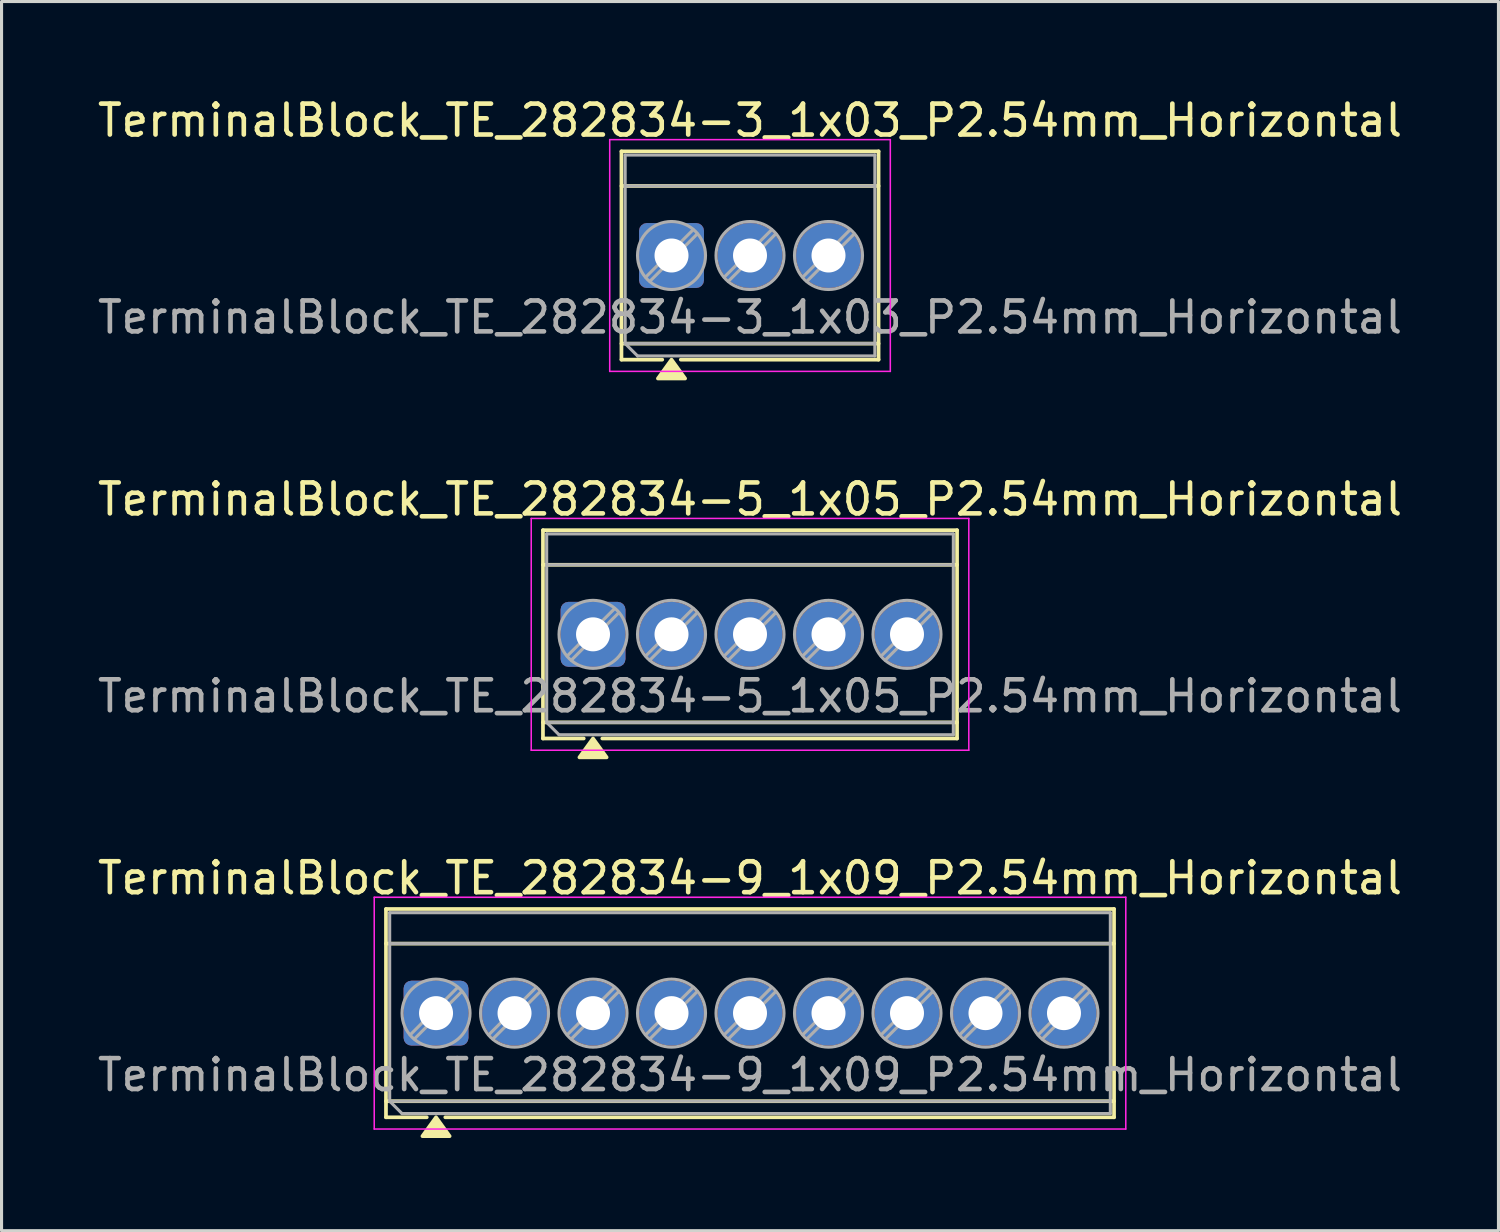
<source format=kicad_pcb>
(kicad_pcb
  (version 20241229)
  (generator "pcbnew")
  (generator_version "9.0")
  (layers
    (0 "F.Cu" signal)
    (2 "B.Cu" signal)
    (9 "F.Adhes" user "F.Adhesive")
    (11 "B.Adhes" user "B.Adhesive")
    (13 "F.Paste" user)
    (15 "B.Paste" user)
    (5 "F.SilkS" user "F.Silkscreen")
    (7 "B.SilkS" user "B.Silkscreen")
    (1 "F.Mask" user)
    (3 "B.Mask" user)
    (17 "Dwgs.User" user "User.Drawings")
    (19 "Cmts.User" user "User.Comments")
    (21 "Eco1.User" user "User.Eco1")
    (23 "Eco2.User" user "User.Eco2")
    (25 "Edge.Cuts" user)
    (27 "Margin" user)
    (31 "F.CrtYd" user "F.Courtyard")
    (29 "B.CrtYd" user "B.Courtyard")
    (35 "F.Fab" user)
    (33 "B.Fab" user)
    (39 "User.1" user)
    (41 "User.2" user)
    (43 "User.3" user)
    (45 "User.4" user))
  (footprint "TerminalBlock_TE_282834-9_1x09_P2.54mm_Horizontal"
    (layer "F.Cu")
    (at 11.06 29.735)
    (property "Reference" "TerminalBlock_TE_282834-9_1x09_P2.54mm_Horizontal" (at 10.16 -4.37 0) (layer "F.SilkS") (effects (font (size 1 1) (thickness 0.15))))
    (attr through_hole)
    (fp_line (start -1.62 -3.37) (end 21.94 -3.37) (stroke (width 0.12) (type solid)) (layer "F.SilkS"))
    (fp_line (start -1.62 -2.25) (end 21.94 -2.25) (stroke (width 0.12) (type solid)) (layer "F.SilkS"))
    (fp_line (start -1.62 2.85) (end 21.94 2.85) (stroke (width 0.12) (type solid)) (layer "F.SilkS"))
    (fp_line (start -1.62 3.37) (end -1.62 -3.37) (stroke (width 0.12) (type solid)) (layer "F.SilkS"))
    (fp_line (start -0.3 3.37) (end -1.62 3.37) (stroke (width 0.12) (type solid)) (layer "F.SilkS"))
    (fp_line (start 21.94 -3.37) (end 21.94 3.37) (stroke (width 0.12) (type solid)) (layer "F.SilkS"))
    (fp_line (start 21.94 3.37) (end 0.3 3.37) (stroke (width 0.12) (type solid)) (layer "F.SilkS"))
    (fp_poly (pts (xy 0 3.37) (xy 0.44 3.98) (xy -0.44 3.98)) (stroke (width 0.12) (type solid)) (fill yes) (layer "F.SilkS"))
    (fp_line (start -2 -3.75) (end -2 3.75) (stroke (width 0.05) (type solid)) (layer "F.CrtYd"))
    (fp_line (start -2 3.75) (end 22.32 3.75) (stroke (width 0.05) (type solid)) (layer "F.CrtYd"))
    (fp_line (start 22.32 -3.75) (end -2 -3.75) (stroke (width 0.05) (type solid)) (layer "F.CrtYd"))
    (fp_line (start 22.32 3.75) (end 22.32 -3.75) (stroke (width 0.05) (type solid)) (layer "F.CrtYd"))
    (fp_line (start -1.5 -3.25) (end 21.82 -3.25) (stroke (width 0.1) (type solid)) (layer "F.Fab"))
    (fp_line (start -1.5 -2.25) (end 21.82 -2.25) (stroke (width 0.1) (type solid)) (layer "F.Fab"))
    (fp_line (start -1.5 2.85) (end -1.5 -3.25) (stroke (width 0.1) (type solid)) (layer "F.Fab"))
    (fp_line (start -1.5 2.85) (end 21.82 2.85) (stroke (width 0.1) (type solid)) (layer "F.Fab"))
    (fp_line (start -1.1 3.25) (end -1.5 2.85) (stroke (width 0.1) (type solid)) (layer "F.Fab"))
    (fp_line (start 0.7 -0.834) (end -0.834 0.7) (stroke (width 0.1) (type solid)) (layer "F.Fab"))
    (fp_line (start 0.834 -0.7) (end -0.7 0.834) (stroke (width 0.1) (type solid)) (layer "F.Fab"))
    (fp_line (start 3.24 -0.834) (end 1.706 0.7) (stroke (width 0.1) (type solid)) (layer "F.Fab"))
    (fp_line (start 3.374 -0.7) (end 1.84 0.834) (stroke (width 0.1) (type solid)) (layer "F.Fab"))
    (fp_line (start 5.78 -0.834) (end 4.246 0.7) (stroke (width 0.1) (type solid)) (layer "F.Fab"))
    (fp_line (start 5.914 -0.7) (end 4.38 0.834) (stroke (width 0.1) (type solid)) (layer "F.Fab"))
    (fp_line (start 8.32 -0.834) (end 6.786 0.7) (stroke (width 0.1) (type solid)) (layer "F.Fab"))
    (fp_line (start 8.454 -0.7) (end 6.92 0.834) (stroke (width 0.1) (type solid)) (layer "F.Fab"))
    (fp_line (start 10.86 -0.834) (end 9.326 0.7) (stroke (width 0.1) (type solid)) (layer "F.Fab"))
    (fp_line (start 10.994 -0.7) (end 9.46 0.834) (stroke (width 0.1) (type solid)) (layer "F.Fab"))
    (fp_line (start 13.4 -0.834) (end 11.866 0.7) (stroke (width 0.1) (type solid)) (layer "F.Fab"))
    (fp_line (start 13.534 -0.7) (end 12 0.834) (stroke (width 0.1) (type solid)) (layer "F.Fab"))
    (fp_line (start 15.94 -0.834) (end 14.406 0.7) (stroke (width 0.1) (type solid)) (layer "F.Fab"))
    (fp_line (start 16.074 -0.7) (end 14.54 0.834) (stroke (width 0.1) (type solid)) (layer "F.Fab"))
    (fp_line (start 18.48 -0.834) (end 16.946 0.7) (stroke (width 0.1) (type solid)) (layer "F.Fab"))
    (fp_line (start 18.614 -0.7) (end 17.08 0.834) (stroke (width 0.1) (type solid)) (layer "F.Fab"))
    (fp_line (start 21.02 -0.834) (end 19.486 0.7) (stroke (width 0.1) (type solid)) (layer "F.Fab"))
    (fp_line (start 21.154 -0.7) (end 19.62 0.834) (stroke (width 0.1) (type solid)) (layer "F.Fab"))
    (fp_line (start 21.82 -3.25) (end 21.82 3.25) (stroke (width 0.1) (type solid)) (layer "F.Fab"))
    (fp_line (start 21.82 3.25) (end -1.1 3.25) (stroke (width 0.1) (type solid)) (layer "F.Fab"))
    (fp_circle (center 0 0) (end 1.1 0) (stroke (width 0.1) (type solid)) (fill no) (layer "F.Fab"))
    (fp_circle (center 2.54 0) (end 3.64 0) (stroke (width 0.1) (type solid)) (fill no) (layer "F.Fab"))
    (fp_circle (center 5.08 0) (end 6.18 0) (stroke (width 0.1) (type solid)) (fill no) (layer "F.Fab"))
    (fp_circle (center 7.62 0) (end 8.72 0) (stroke (width 0.1) (type solid)) (fill no) (layer "F.Fab"))
    (fp_circle (center 10.16 0) (end 11.26 0) (stroke (width 0.1) (type solid)) (fill no) (layer "F.Fab"))
    (fp_circle (center 12.7 0) (end 13.8 0) (stroke (width 0.1) (type solid)) (fill no) (layer "F.Fab"))
    (fp_circle (center 15.24 0) (end 16.34 0) (stroke (width 0.1) (type solid)) (fill no) (layer "F.Fab"))
    (fp_circle (center 17.78 0) (end 18.88 0) (stroke (width 0.1) (type solid)) (fill no) (layer "F.Fab"))
    (fp_circle (center 20.32 0) (end 21.42 0) (stroke (width 0.1) (type solid)) (fill no) (layer "F.Fab"))
    (fp_text user "${REFERENCE}" (at 10.16 2 0) (layer "F.Fab") (effects (font (size 1 1) (thickness 0.15))))
    (pad "1" thru_hole roundrect (at 0 0) (size 2.1 2.1) (drill 1.1) (layers "*.Cu" "*.Mask") (roundrect_rratio 0.119))
    (pad "2" thru_hole circle (at 2.54 0) (size 2.1 2.1) (drill 1.1) (layers "*.Cu" "*.Mask"))
    (pad "3" thru_hole circle (at 5.08 0) (size 2.1 2.1) (drill 1.1) (layers "*.Cu" "*.Mask"))
    (pad "4" thru_hole circle (at 7.62 0) (size 2.1 2.1) (drill 1.1) (layers "*.Cu" "*.Mask"))
    (pad "5" thru_hole circle (at 10.16 0) (size 2.1 2.1) (drill 1.1) (layers "*.Cu" "*.Mask"))
    (pad "6" thru_hole circle (at 12.7 0) (size 2.1 2.1) (drill 1.1) (layers "*.Cu" "*.Mask"))
    (pad "7" thru_hole circle (at 15.24 0) (size 2.1 2.1) (drill 1.1) (layers "*.Cu" "*.Mask"))
    (pad "8" thru_hole circle (at 17.78 0) (size 2.1 2.1) (drill 1.1) (layers "*.Cu" "*.Mask"))
    (pad "9" thru_hole circle (at 20.32 0) (size 2.1 2.1) (drill 1.1) (layers "*.Cu" "*.Mask")))
  (footprint "TerminalBlock_TE_282834-5_1x05_P2.54mm_Horizontal"
    (layer "F.Cu")
    (at 16.14 17.477)
    (property "Reference" "TerminalBlock_TE_282834-5_1x05_P2.54mm_Horizontal" (at 5.08 -4.37 0) (layer "F.SilkS") (effects (font (size 1 1) (thickness 0.15))))
    (attr through_hole)
    (fp_line (start -1.62 -3.37) (end 11.78 -3.37) (stroke (width 0.12) (type solid)) (layer "F.SilkS"))
    (fp_line (start -1.62 -2.25) (end 11.78 -2.25) (stroke (width 0.12) (type solid)) (layer "F.SilkS"))
    (fp_line (start -1.62 2.85) (end 11.78 2.85) (stroke (width 0.12) (type solid)) (layer "F.SilkS"))
    (fp_line (start -1.62 3.37) (end -1.62 -3.37) (stroke (width 0.12) (type solid)) (layer "F.SilkS"))
    (fp_line (start -0.3 3.37) (end -1.62 3.37) (stroke (width 0.12) (type solid)) (layer "F.SilkS"))
    (fp_line (start 11.78 -3.37) (end 11.78 3.37) (stroke (width 0.12) (type solid)) (layer "F.SilkS"))
    (fp_line (start 11.78 3.37) (end 0.3 3.37) (stroke (width 0.12) (type solid)) (layer "F.SilkS"))
    (fp_poly (pts (xy 0 3.37) (xy 0.44 3.98) (xy -0.44 3.98)) (stroke (width 0.12) (type solid)) (fill yes) (layer "F.SilkS"))
    (fp_line (start -2 -3.75) (end -2 3.75) (stroke (width 0.05) (type solid)) (layer "F.CrtYd"))
    (fp_line (start -2 3.75) (end 12.16 3.75) (stroke (width 0.05) (type solid)) (layer "F.CrtYd"))
    (fp_line (start 12.16 -3.75) (end -2 -3.75) (stroke (width 0.05) (type solid)) (layer "F.CrtYd"))
    (fp_line (start 12.16 3.75) (end 12.16 -3.75) (stroke (width 0.05) (type solid)) (layer "F.CrtYd"))
    (fp_line (start -1.5 -3.25) (end 11.66 -3.25) (stroke (width 0.1) (type solid)) (layer "F.Fab"))
    (fp_line (start -1.5 -2.25) (end 11.66 -2.25) (stroke (width 0.1) (type solid)) (layer "F.Fab"))
    (fp_line (start -1.5 2.85) (end -1.5 -3.25) (stroke (width 0.1) (type solid)) (layer "F.Fab"))
    (fp_line (start -1.5 2.85) (end 11.66 2.85) (stroke (width 0.1) (type solid)) (layer "F.Fab"))
    (fp_line (start -1.1 3.25) (end -1.5 2.85) (stroke (width 0.1) (type solid)) (layer "F.Fab"))
    (fp_line (start 0.7 -0.834) (end -0.834 0.7) (stroke (width 0.1) (type solid)) (layer "F.Fab"))
    (fp_line (start 0.834 -0.7) (end -0.7 0.834) (stroke (width 0.1) (type solid)) (layer "F.Fab"))
    (fp_line (start 3.24 -0.834) (end 1.706 0.7) (stroke (width 0.1) (type solid)) (layer "F.Fab"))
    (fp_line (start 3.374 -0.7) (end 1.84 0.834) (stroke (width 0.1) (type solid)) (layer "F.Fab"))
    (fp_line (start 5.78 -0.834) (end 4.246 0.7) (stroke (width 0.1) (type solid)) (layer "F.Fab"))
    (fp_line (start 5.914 -0.7) (end 4.38 0.834) (stroke (width 0.1) (type solid)) (layer "F.Fab"))
    (fp_line (start 8.32 -0.834) (end 6.786 0.7) (stroke (width 0.1) (type solid)) (layer "F.Fab"))
    (fp_line (start 8.454 -0.7) (end 6.92 0.834) (stroke (width 0.1) (type solid)) (layer "F.Fab"))
    (fp_line (start 10.86 -0.834) (end 9.326 0.7) (stroke (width 0.1) (type solid)) (layer "F.Fab"))
    (fp_line (start 10.994 -0.7) (end 9.46 0.834) (stroke (width 0.1) (type solid)) (layer "F.Fab"))
    (fp_line (start 11.66 -3.25) (end 11.66 3.25) (stroke (width 0.1) (type solid)) (layer "F.Fab"))
    (fp_line (start 11.66 3.25) (end -1.1 3.25) (stroke (width 0.1) (type solid)) (layer "F.Fab"))
    (fp_circle (center 0 0) (end 1.1 0) (stroke (width 0.1) (type solid)) (fill no) (layer "F.Fab"))
    (fp_circle (center 2.54 0) (end 3.64 0) (stroke (width 0.1) (type solid)) (fill no) (layer "F.Fab"))
    (fp_circle (center 5.08 0) (end 6.18 0) (stroke (width 0.1) (type solid)) (fill no) (layer "F.Fab"))
    (fp_circle (center 7.62 0) (end 8.72 0) (stroke (width 0.1) (type solid)) (fill no) (layer "F.Fab"))
    (fp_circle (center 10.16 0) (end 11.26 0) (stroke (width 0.1) (type solid)) (fill no) (layer "F.Fab"))
    (fp_text user "${REFERENCE}" (at 5.08 2 0) (layer "F.Fab") (effects (font (size 1 1) (thickness 0.15))))
    (pad "1" thru_hole roundrect (at 0 0) (size 2.1 2.1) (drill 1.1) (layers "*.Cu" "*.Mask") (roundrect_rratio 0.119))
    (pad "2" thru_hole circle (at 2.54 0) (size 2.1 2.1) (drill 1.1) (layers "*.Cu" "*.Mask"))
    (pad "3" thru_hole circle (at 5.08 0) (size 2.1 2.1) (drill 1.1) (layers "*.Cu" "*.Mask"))
    (pad "4" thru_hole circle (at 7.62 0) (size 2.1 2.1) (drill 1.1) (layers "*.Cu" "*.Mask"))
    (pad "5" thru_hole circle (at 10.16 0) (size 2.1 2.1) (drill 1.1) (layers "*.Cu" "*.Mask")))
  (footprint "TerminalBlock_TE_282834-3_1x03_P2.54mm_Horizontal"
    (layer "F.Cu")
    (at 18.68 5.218)
    (property "Reference" "TerminalBlock_TE_282834-3_1x03_P2.54mm_Horizontal" (at 2.54 -4.37 0) (layer "F.SilkS") (effects (font (size 1 1) (thickness 0.15))))
    (attr through_hole)
    (fp_line (start -1.62 -3.37) (end 6.7 -3.37) (stroke (width 0.12) (type solid)) (layer "F.SilkS"))
    (fp_line (start -1.62 -2.25) (end 6.7 -2.25) (stroke (width 0.12) (type solid)) (layer "F.SilkS"))
    (fp_line (start -1.62 2.85) (end 6.7 2.85) (stroke (width 0.12) (type solid)) (layer "F.SilkS"))
    (fp_line (start -1.62 3.37) (end -1.62 -3.37) (stroke (width 0.12) (type solid)) (layer "F.SilkS"))
    (fp_line (start -0.3 3.37) (end -1.62 3.37) (stroke (width 0.12) (type solid)) (layer "F.SilkS"))
    (fp_line (start 6.7 -3.37) (end 6.7 3.37) (stroke (width 0.12) (type solid)) (layer "F.SilkS"))
    (fp_line (start 6.7 3.37) (end 0.3 3.37) (stroke (width 0.12) (type solid)) (layer "F.SilkS"))
    (fp_poly (pts (xy 0 3.37) (xy 0.44 3.98) (xy -0.44 3.98)) (stroke (width 0.12) (type solid)) (fill yes) (layer "F.SilkS"))
    (fp_line (start -2 -3.75) (end -2 3.75) (stroke (width 0.05) (type solid)) (layer "F.CrtYd"))
    (fp_line (start -2 3.75) (end 7.08 3.75) (stroke (width 0.05) (type solid)) (layer "F.CrtYd"))
    (fp_line (start 7.08 -3.75) (end -2 -3.75) (stroke (width 0.05) (type solid)) (layer "F.CrtYd"))
    (fp_line (start 7.08 3.75) (end 7.08 -3.75) (stroke (width 0.05) (type solid)) (layer "F.CrtYd"))
    (fp_line (start -1.5 -3.25) (end 6.58 -3.25) (stroke (width 0.1) (type solid)) (layer "F.Fab"))
    (fp_line (start -1.5 -2.25) (end 6.58 -2.25) (stroke (width 0.1) (type solid)) (layer "F.Fab"))
    (fp_line (start -1.5 2.85) (end -1.5 -3.25) (stroke (width 0.1) (type solid)) (layer "F.Fab"))
    (fp_line (start -1.5 2.85) (end 6.58 2.85) (stroke (width 0.1) (type solid)) (layer "F.Fab"))
    (fp_line (start -1.1 3.25) (end -1.5 2.85) (stroke (width 0.1) (type solid)) (layer "F.Fab"))
    (fp_line (start 0.7 -0.834) (end -0.834 0.7) (stroke (width 0.1) (type solid)) (layer "F.Fab"))
    (fp_line (start 0.834 -0.7) (end -0.7 0.834) (stroke (width 0.1) (type solid)) (layer "F.Fab"))
    (fp_line (start 3.24 -0.834) (end 1.706 0.7) (stroke (width 0.1) (type solid)) (layer "F.Fab"))
    (fp_line (start 3.374 -0.7) (end 1.84 0.834) (stroke (width 0.1) (type solid)) (layer "F.Fab"))
    (fp_line (start 5.78 -0.834) (end 4.246 0.7) (stroke (width 0.1) (type solid)) (layer "F.Fab"))
    (fp_line (start 5.914 -0.7) (end 4.38 0.834) (stroke (width 0.1) (type solid)) (layer "F.Fab"))
    (fp_line (start 6.58 -3.25) (end 6.58 3.25) (stroke (width 0.1) (type solid)) (layer "F.Fab"))
    (fp_line (start 6.58 3.25) (end -1.1 3.25) (stroke (width 0.1) (type solid)) (layer "F.Fab"))
    (fp_circle (center 0 0) (end 1.1 0) (stroke (width 0.1) (type solid)) (fill no) (layer "F.Fab"))
    (fp_circle (center 2.54 0) (end 3.64 0) (stroke (width 0.1) (type solid)) (fill no) (layer "F.Fab"))
    (fp_circle (center 5.08 0) (end 6.18 0) (stroke (width 0.1) (type solid)) (fill no) (layer "F.Fab"))
    (fp_text user "${REFERENCE}" (at 2.54 2 0) (layer "F.Fab") (effects (font (size 1 1) (thickness 0.15))))
    (pad "1" thru_hole roundrect (at 0 0) (size 2.1 2.1) (drill 1.1) (layers "*.Cu" "*.Mask") (roundrect_rratio 0.119))
    (pad "2" thru_hole circle (at 2.54 0) (size 2.1 2.1) (drill 1.1) (layers "*.Cu" "*.Mask"))
    (pad "3" thru_hole circle (at 5.08 0) (size 2.1 2.1) (drill 1.1) (layers "*.Cu" "*.Mask")))
  (gr_rect
    (start -3 -3)
    (end 45.44 36.775)
    (stroke (width 0.1) (type default))
    (fill no)
    (layer "Edge.Cuts")))
</source>
